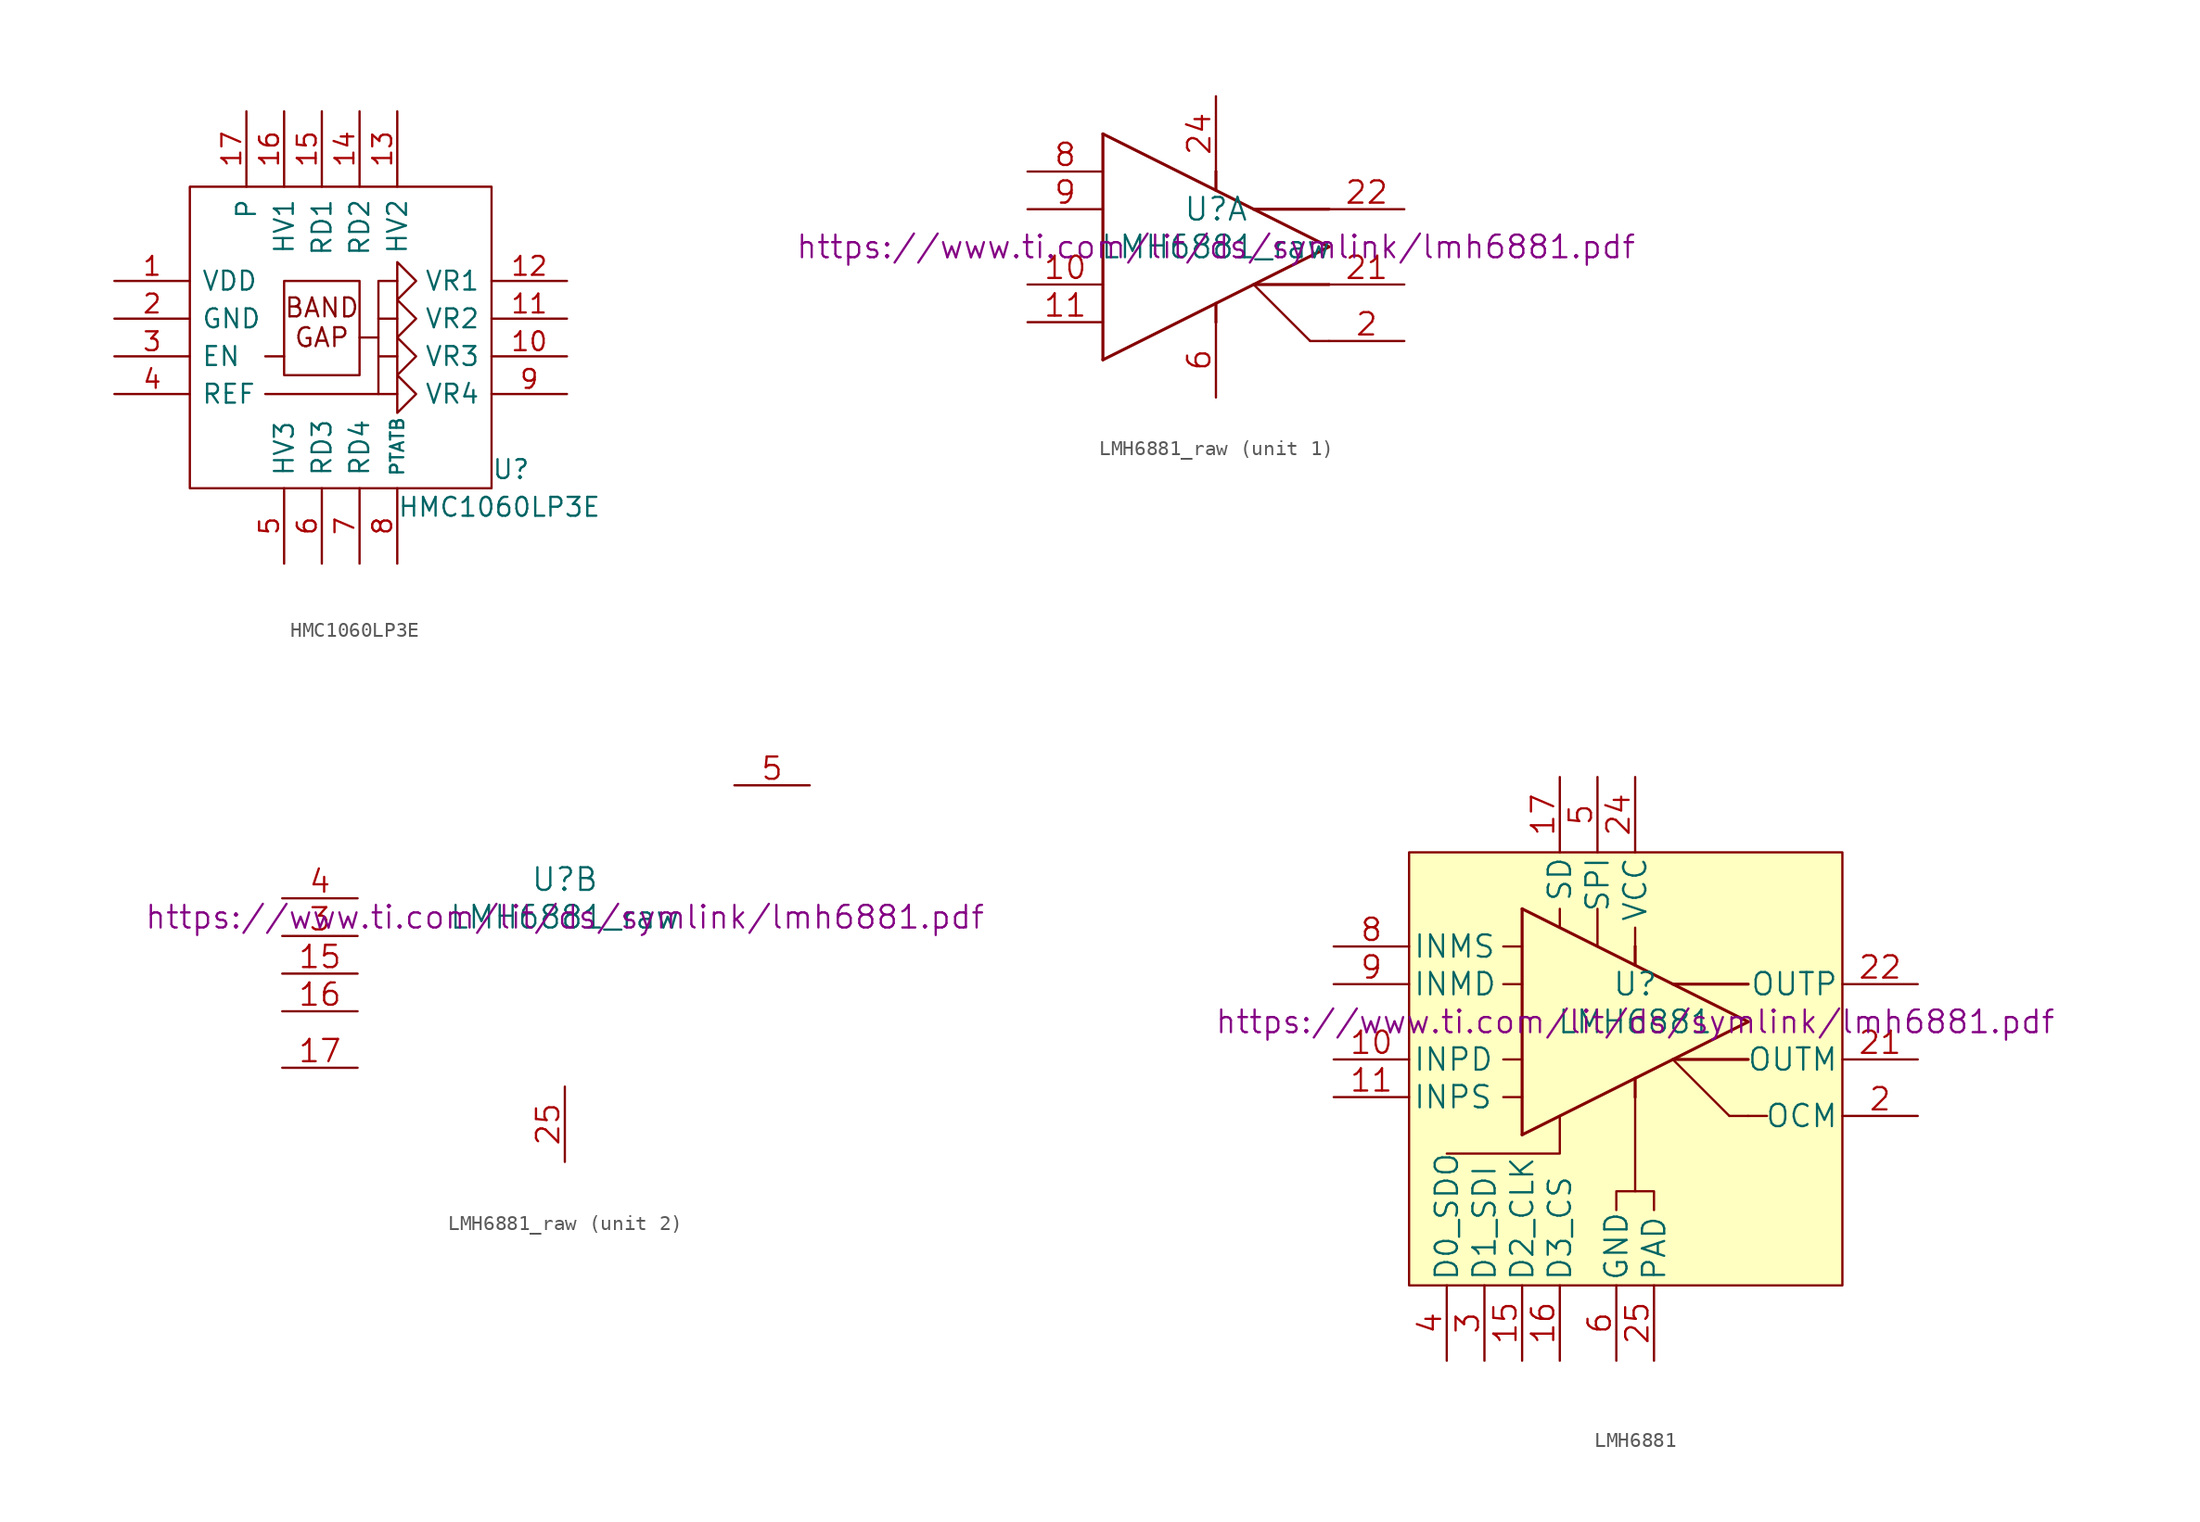
<source format=kicad_sym>
(kicad_symbol_lib
  (version 20211014)
  (generator kicad_symbol_editor)
  (symbol "HMC1060LP3E"
    (pin_names
      (offset 0.762))
    (property "Reference" "U"
      (at 10.16 -8.89 0)
      (effects (font (size 1.27 1.27)) (justify left)))
    (property "Value" "HMC1060LP3E"
      (at 3.81 -11.43 0)
      (effects (font (size 1.27 1.27)) (justify left)))
    (symbol "HMC1060LP3E_0_0"
      (rectangle (start -10.16 10.16) (end 10.16 -10.16) (stroke (width 0) (type default) (color 0 0 0 0)) (fill (type none)))
      (polyline (pts (xy -3.81 -1.27) (xy -5.08 -1.27)) (stroke (width 0) (type default) (color 0 0 0 0)) (fill (type none)))
      (polyline (pts (xy 1.27 0) (xy 2.54 0)) (stroke (width 0) (type default) (color 0 0 0 0)) (fill (type none)))
      (polyline (pts (xy 2.54 -3.81) (xy -5.08 -3.81)) (stroke (width 0) (type default) (color 0 0 0 0)) (fill (type none)))
      (polyline (pts (xy 2.54 1.27) (xy 2.54 3.81) (xy 3.81 3.81)) (stroke (width 0) (type default) (color 0 0 0 0)) (fill (type none)))
      (text "BAND" (at -1.27 2.007 0) (effects (font (size 1.27 1.27))))
      (text "GAP" (at -1.27 0 0) (effects (font (size 1.27 1.27))))
      (pin power_in line (at -15.24 3.81 0) (length 5.08) (name "VDD" (effects (font (size 1.27 1.27)))) (number "1" (effects (font (size 1.27 1.27)))))
      (pin output line (at 15.24 -1.27 180) (length 5.08) (name "VR3" (effects (font (size 1.27 1.27)))) (number "10" (effects (font (size 1.27 1.27)))))
      (pin output line (at 15.24 1.27 180) (length 5.08) (name "VR2" (effects (font (size 1.27 1.27)))) (number "11" (effects (font (size 1.27 1.27)))))
      (pin output line (at 15.24 3.81 180) (length 5.08) (name "VR1" (effects (font (size 1.27 1.27)))) (number "12" (effects (font (size 1.27 1.27)))))
      (pin input line (at 3.81 15.24 270) (length 5.08) (name "HV2" (effects (font (size 1.27 1.27)))) (number "13" (effects (font (size 1.27 1.27)))))
      (pin input line (at 1.27 15.24 270) (length 5.08) (name "RD2" (effects (font (size 1.27 1.27)))) (number "14" (effects (font (size 1.27 1.27)))))
      (pin input line (at -1.27 15.24 270) (length 5.08) (name "RD1" (effects (font (size 1.27 1.27)))) (number "15" (effects (font (size 1.27 1.27)))))
      (pin input line (at -3.81 15.24 270) (length 5.08) (name "HV1" (effects (font (size 1.27 1.27)))) (number "16" (effects (font (size 1.27 1.27)))))
      (pin power_in line (at -6.35 15.24 270) (length 5.08) (name "P" (effects (font (size 1.27 1.27)))) (number "17" (effects (font (size 1.27 1.27)))))
      (pin power_in line (at -15.24 1.27 0) (length 5.08) (name "GND" (effects (font (size 1.27 1.27)))) (number "2" (effects (font (size 1.27 1.27)))))
      (pin input line (at -15.24 -1.27 0) (length 5.08) (name "EN" (effects (font (size 1.27 1.27)))) (number "3" (effects (font (size 1.27 1.27)))))
      (pin output line (at -15.24 -3.81 0) (length 5.08) (name "REF" (effects (font (size 1.27 1.27)))) (number "4" (effects (font (size 1.27 1.27)))))
      (pin input line (at -3.81 -15.24 90) (length 5.08) (name "HV3" (effects (font (size 1.27 1.27)))) (number "5" (effects (font (size 1.27 1.27)))))
      (pin input line (at -1.27 -15.24 90) (length 5.08) (name "RD3" (effects (font (size 1.27 1.27)))) (number "6" (effects (font (size 1.27 1.27)))))
      (pin input line (at 1.27 -15.24 90) (length 5.08) (name "RD4" (effects (font (size 1.27 1.27)))) (number "7" (effects (font (size 1.27 1.27)))))
      (pin input line (at 3.81 -15.24 90) (length 5.08) (name "PTATB" (effects (font (size 0.889 0.889)))) (number "8" (effects (font (size 1.27 1.27)))))
      (pin output line (at 15.24 -3.81 180) (length 5.08) (name "VR4" (effects (font (size 1.27 1.27)))) (number "9" (effects (font (size 1.27 1.27))))))
    (symbol "HMC1060LP3E_0_1"
      (rectangle (start -3.81 3.81) (end 1.27 -2.54) (stroke (width 0) (type default) (color 0 0 0 0)) (fill (type none)))
      (polyline (pts (xy 3.81 1.27) (xy 2.54 1.27) (xy 2.54 -1.27) (xy 3.81 -1.27) (xy 2.54 -1.27) (xy 2.54 -3.81) (xy 3.81 -3.81)) (stroke (width 0) (type default) (color 0 0 0 0)) (fill (type none)))
      (polyline (pts (xy 5.08 3.81) (xy 3.81 5.08) (xy 3.81 2.54) (xy 5.08 3.81) (xy 3.81 2.54) (xy 5.08 1.27) (xy 3.81 0) (xy 3.81 2.54) (xy 3.81 -2.54) (xy 5.08 -1.27) (xy 3.81 0) (xy 3.81 -5.08) (xy 5.08 -3.81) (xy 3.81 -2.54)) (stroke (width 0) (type default) (color 0 0 0 0)) (fill (type none)))))
  (symbol "LMH6881_raw"
    (pin_names
      (offset 0.254) hide)
    (property "Reference" "U"
      (at 0 2.54 0)
      (effects (font (size 1.524 1.524))))
    (property "Value" "LMH6881_raw"
      (at 0 0 0)
      (effects (font (size 1.524 1.524))))
    (property "Datasheet" "https://www.ti.com/lit/ds/symlink/lmh6881.pdf"
      (at 0 0 0)
      (effects (font (size 1.524 1.524))))
    (property "ki_locked" ""
      (at 0 0 0)
      (effects (font (size 1.27 1.27))))
    (symbol "LMH6881_raw_1_1"
      (polyline (pts (xy -7.62 -7.62) (xy -7.62 7.62)) (stroke (width 0.203) (type default) (color 0 0 0 0)) (fill (type none)))
      (polyline (pts (xy -7.62 7.62) (xy 7.62 0)) (stroke (width 0.203) (type default) (color 0 0 0 0)) (fill (type none)))
      (polyline (pts (xy 0 -5.08) (xy 0 -3.81)) (stroke (width 0.203) (type default) (color 0 0 0 0)) (fill (type none)))
      (polyline (pts (xy 0 5.08) (xy 0 3.81)) (stroke (width 0.203) (type default) (color 0 0 0 0)) (fill (type none)))
      (polyline (pts (xy 2.54 -2.54) (xy 6.35 -6.35)) (stroke (width 0) (type default) (color 0 0 0 0)) (fill (type none)))
      (polyline (pts (xy 2.54 -2.54) (xy 7.62 -2.54)) (stroke (width 0.203) (type default) (color 0 0 0 0)) (fill (type none)))
      (polyline (pts (xy 2.54 2.54) (xy 7.62 2.54)) (stroke (width 0.203) (type default) (color 0 0 0 0)) (fill (type none)))
      (polyline (pts (xy 6.35 -6.35) (xy 7.62 -6.35)) (stroke (width 0) (type default) (color 0 0 0 0)) (fill (type none)))
      (polyline (pts (xy 7.62 0) (xy -7.62 -7.62)) (stroke (width 0.203) (type default) (color 0 0 0 0)) (fill (type none)))
      (pin input line (at -12.7 -2.54 0) (length 5.08) (name "INPD" (effects (font (size 1.499 1.499)))) (number "10" (effects (font (size 1.499 1.499)))))
      (pin input line (at -12.7 -5.08 0) (length 5.08) (name "INPS" (effects (font (size 1.499 1.499)))) (number "11" (effects (font (size 1.499 1.499)))))
      (pin power_in line (at 0 -10.16 90) (length 5.08) hide (name "GND" (effects (font (size 1.499 1.499)))) (number "12" (effects (font (size 1.499 1.499)))))
      (pin power_in line (at 0 -10.16 90) (length 5.08) hide (name "GND" (effects (font (size 1.499 1.499)))) (number "13" (effects (font (size 1.499 1.499)))))
      (pin power_in line (at 0 10.16 270) (length 5.08) hide (name "VCC" (effects (font (size 1.499 1.499)))) (number "19" (effects (font (size 1.499 1.499)))))
      (pin output line (at 12.7 -6.35 180) (length 5.08) (name "OCM" (effects (font (size 1.499 1.499)))) (number "2" (effects (font (size 1.499 1.499)))))
      (pin power_in line (at 0 10.16 270) (length 5.08) hide (name "VCC" (effects (font (size 1.499 1.499)))) (number "20" (effects (font (size 1.499 1.499)))))
      (pin output line (at 12.7 -2.54 180) (length 5.08) (name "OUTM" (effects (font (size 1.499 1.499)))) (number "21" (effects (font (size 1.499 1.499)))))
      (pin output line (at 12.7 2.54 180) (length 5.08) (name "OUTP" (effects (font (size 1.499 1.499)))) (number "22" (effects (font (size 1.499 1.499)))))
      (pin power_in line (at 0 10.16 270) (length 5.08) hide (name "VCC" (effects (font (size 1.499 1.499)))) (number "23" (effects (font (size 1.499 1.499)))))
      (pin power_in line (at 0 10.16 270) (length 5.08) (name "VCC" (effects (font (size 1.499 1.499)))) (number "24" (effects (font (size 1.499 1.499)))))
      (pin power_in line (at 0 -10.16 90) (length 5.08) (name "GND" (effects (font (size 1.499 1.499)))) (number "6" (effects (font (size 1.499 1.499)))))
      (pin power_in line (at 0 -10.16 90) (length 5.08) hide (name "GND" (effects (font (size 1.499 1.499)))) (number "7" (effects (font (size 1.499 1.499)))))
      (pin input line (at -12.7 5.08 0) (length 5.08) (name "INMS" (effects (font (size 1.499 1.499)))) (number "8" (effects (font (size 1.499 1.499)))))
      (pin input line (at -12.7 2.54 0) (length 5.08) (name "INMD" (effects (font (size 1.499 1.499)))) (number "9" (effects (font (size 1.499 1.499))))))
    (symbol "LMH6881_raw_2_1"
      (pin no_connect line (at 16.51 -1.27 180) (length 5.08) hide (name "NC" (effects (font (size 1.499 1.499)))) (number "1" (effects (font (size 1.499 1.499)))))
      (pin no_connect line (at 16.51 -1.27 180) (length 5.08) hide (name "NC" (effects (font (size 1.499 1.499)))) (number "14" (effects (font (size 1.499 1.499)))))
      (pin input line (at -19.05 -3.81 0) (length 5.08) (name "D2_CLK" (effects (font (size 1.499 1.499)))) (number "15" (effects (font (size 1.499 1.499)))))
      (pin input line (at -19.05 -6.35 0) (length 5.08) (name "D3_CS" (effects (font (size 1.499 1.499)))) (number "16" (effects (font (size 1.499 1.499)))))
      (pin input line (at -19.05 -10.16 0) (length 5.08) (name "SD" (effects (font (size 1.499 1.499)))) (number "17" (effects (font (size 1.499 1.499)))))
      (pin no_connect line (at 16.51 -1.27 180) (length 5.08) hide (name "NC" (effects (font (size 1.499 1.499)))) (number "18" (effects (font (size 1.499 1.499)))))
      (pin power_in line (at 0 -16.51 90) (length 5.08) (name "PAD" (effects (font (size 1.499 1.499)))) (number "25" (effects (font (size 1.499 1.499)))))
      (pin input line (at -19.05 -1.27 0) (length 5.08) (name "D1_SDI" (effects (font (size 1.499 1.499)))) (number "3" (effects (font (size 1.499 1.499)))))
      (pin bidirectional line (at -19.05 1.27 0) (length 5.08) (name "D0_SDO" (effects (font (size 1.499 1.499)))) (number "4" (effects (font (size 1.499 1.499)))))
      (pin input line (at 16.51 8.89 180) (length 5.08) (name "SPI" (effects (font (size 1.499 1.499)))) (number "5" (effects (font (size 1.499 1.499)))))))
  (symbol "LMH6881"
    (pin_names
      (offset 0.254))
    (property "Reference" "U"
      (at 0 2.54 0)
      (effects (font (size 1.524 1.524))))
    (property "Value" "LMH6881"
      (at 0 0 0)
      (effects (font (size 1.524 1.524))))
    (property "Datasheet" "https://www.ti.com/lit/ds/symlink/lmh6881.pdf"
      (at 0 0 0)
      (effects (font (size 1.524 1.524))))
    (symbol "LMH6881_0_1"
      (rectangle (start -15.24 11.43) (end 13.97 -17.78) (stroke (width 0) (type default) (color 0 0 0 0)) (fill (type background)))
      (rectangle (start -5.08 7.62) (end -5.08 6.35) (stroke (width 0) (type default) (color 0 0 0 0)) (fill (type none)))
      (rectangle (start -2.54 7.62) (end -2.54 5.08) (stroke (width 0) (type default) (color 0 0 0 0)) (fill (type none)))
      (polyline (pts (xy -8.89 -5.08) (xy -7.62 -5.08)) (stroke (width 0) (type default) (color 0 0 0 0)) (fill (type none)))
      (polyline (pts (xy -8.89 -2.54) (xy -7.62 -2.54)) (stroke (width 0) (type default) (color 0 0 0 0)) (fill (type none)))
      (polyline (pts (xy -8.89 2.54) (xy -7.62 2.54)) (stroke (width 0) (type default) (color 0 0 0 0)) (fill (type none)))
      (polyline (pts (xy -8.89 5.08) (xy -7.62 5.08)) (stroke (width 0) (type default) (color 0 0 0 0)) (fill (type none)))
      (polyline (pts (xy 0 -11.43) (xy 0 -5.08)) (stroke (width 0) (type default) (color 0 0 0 0)) (fill (type none)))
      (polyline (pts (xy 7.62 -6.35) (xy 8.89 -6.35)) (stroke (width 0) (type default) (color 0 0 0 0)) (fill (type none)))
      (polyline (pts (xy -12.7 -8.89) (xy -5.08 -8.89) (xy -5.08 -6.35)) (stroke (width 0) (type default) (color 0 0 0 0)) (fill (type none)))
      (polyline (pts (xy -1.27 -12.7) (xy -1.27 -11.43) (xy 1.27 -11.43) (xy 1.27 -12.7)) (stroke (width 0) (type default) (color 0 0 0 0)) (fill (type none)))
      (rectangle (start 0 6.35) (end 0 5.08) (stroke (width 0) (type default) (color 0 0 0 0)) (fill (type none))))
    (symbol "LMH6881_1_1"
      (polyline (pts (xy -7.62 -7.62) (xy -7.62 7.62)) (stroke (width 0.203) (type default) (color 0 0 0 0)) (fill (type none)))
      (polyline (pts (xy -7.62 7.62) (xy 7.62 0)) (stroke (width 0.203) (type default) (color 0 0 0 0)) (fill (type none)))
      (polyline (pts (xy 0 -5.08) (xy 0 -3.81)) (stroke (width 0.203) (type default) (color 0 0 0 0)) (fill (type none)))
      (polyline (pts (xy 0 5.08) (xy 0 3.81)) (stroke (width 0.203) (type default) (color 0 0 0 0)) (fill (type none)))
      (polyline (pts (xy 2.54 -2.54) (xy 6.35 -6.35)) (stroke (width 0) (type default) (color 0 0 0 0)) (fill (type none)))
      (polyline (pts (xy 2.54 -2.54) (xy 7.62 -2.54)) (stroke (width 0.203) (type default) (color 0 0 0 0)) (fill (type none)))
      (polyline (pts (xy 2.54 2.54) (xy 7.62 2.54)) (stroke (width 0.203) (type default) (color 0 0 0 0)) (fill (type none)))
      (polyline (pts (xy 6.35 -6.35) (xy 7.62 -6.35)) (stroke (width 0) (type default) (color 0 0 0 0)) (fill (type none)))
      (polyline (pts (xy 7.62 0) (xy -7.62 -7.62)) (stroke (width 0.203) (type default) (color 0 0 0 0)) (fill (type none)))
      (pin no_connect line (at 10.16 -17.78 90) (length 5.08) hide (name "NC" (effects (font (size 1.499 1.499)))) (number "1" (effects (font (size 1.499 1.499)))))
      (pin input line (at -20.32 -2.54 0) (length 5.08) (name "INPD" (effects (font (size 1.499 1.499)))) (number "10" (effects (font (size 1.499 1.499)))))
      (pin input line (at -20.32 -5.08 0) (length 5.08) (name "INPS" (effects (font (size 1.499 1.499)))) (number "11" (effects (font (size 1.499 1.499)))))
      (pin power_in line (at -1.27 -22.86 90) (length 5.08) hide (name "GND" (effects (font (size 1.499 1.499)))) (number "12" (effects (font (size 1.499 1.499)))))
      (pin power_in line (at -1.27 -22.86 90) (length 5.08) hide (name "GND" (effects (font (size 1.499 1.499)))) (number "13" (effects (font (size 1.499 1.499)))))
      (pin no_connect line (at 7.62 -17.78 90) (length 5.08) hide (name "NC" (effects (font (size 1.499 1.499)))) (number "14" (effects (font (size 1.499 1.499)))))
      (pin input line (at -7.62 -22.86 90) (length 5.08) (name "D2_CLK" (effects (font (size 1.499 1.499)))) (number "15" (effects (font (size 1.499 1.499)))))
      (pin input line (at -5.08 -22.86 90) (length 5.08) (name "D3_CS" (effects (font (size 1.499 1.499)))) (number "16" (effects (font (size 1.499 1.499)))))
      (pin input line (at -5.08 16.51 270) (length 5.08) (name "SD" (effects (font (size 1.499 1.499)))) (number "17" (effects (font (size 1.499 1.499)))))
      (pin no_connect line (at 5.08 -17.78 90) (length 5.08) hide (name "NC" (effects (font (size 1.499 1.499)))) (number "18" (effects (font (size 1.499 1.499)))))
      (pin power_in line (at 0 16.51 270) (length 5.08) hide (name "VCC" (effects (font (size 1.499 1.499)))) (number "19" (effects (font (size 1.499 1.499)))))
      (pin output line (at 19.05 -6.35 180) (length 5.08) (name "OCM" (effects (font (size 1.499 1.499)))) (number "2" (effects (font (size 1.499 1.499)))))
      (pin power_in line (at 0 16.51 270) (length 5.08) hide (name "VCC" (effects (font (size 1.499 1.499)))) (number "20" (effects (font (size 1.499 1.499)))))
      (pin output line (at 19.05 -2.54 180) (length 5.08) (name "OUTM" (effects (font (size 1.499 1.499)))) (number "21" (effects (font (size 1.499 1.499)))))
      (pin output line (at 19.05 2.54 180) (length 5.08) (name "OUTP" (effects (font (size 1.499 1.499)))) (number "22" (effects (font (size 1.499 1.499)))))
      (pin power_in line (at 0 16.51 270) (length 5.08) hide (name "VCC" (effects (font (size 1.499 1.499)))) (number "23" (effects (font (size 1.499 1.499)))))
      (pin power_in line (at 0 16.51 270) (length 5.08) (name "VCC" (effects (font (size 1.499 1.499)))) (number "24" (effects (font (size 1.499 1.499)))))
      (pin power_in line (at 1.27 -22.86 90) (length 5.08) (name "PAD" (effects (font (size 1.499 1.499)))) (number "25" (effects (font (size 1.499 1.499)))))
      (pin input line (at -10.16 -22.86 90) (length 5.08) (name "D1_SDI" (effects (font (size 1.499 1.499)))) (number "3" (effects (font (size 1.499 1.499)))))
      (pin bidirectional line (at -12.7 -22.86 90) (length 5.08) (name "D0_SDO" (effects (font (size 1.499 1.499)))) (number "4" (effects (font (size 1.499 1.499)))))
      (pin input line (at -2.54 16.51 270) (length 5.08) (name "SPI" (effects (font (size 1.499 1.499)))) (number "5" (effects (font (size 1.499 1.499)))))
      (pin power_in line (at -1.27 -22.86 90) (length 5.08) (name "GND" (effects (font (size 1.499 1.499)))) (number "6" (effects (font (size 1.499 1.499)))))
      (pin power_in line (at -1.27 -22.86 90) (length 5.08) hide (name "GND" (effects (font (size 1.499 1.499)))) (number "7" (effects (font (size 1.499 1.499)))))
      (pin input line (at -20.32 5.08 0) (length 5.08) (name "INMS" (effects (font (size 1.499 1.499)))) (number "8" (effects (font (size 1.499 1.499)))))
      (pin input line (at -20.32 2.54 0) (length 5.08) (name "INMD" (effects (font (size 1.499 1.499)))) (number "9" (effects (font (size 1.499 1.499))))))))
</source>
